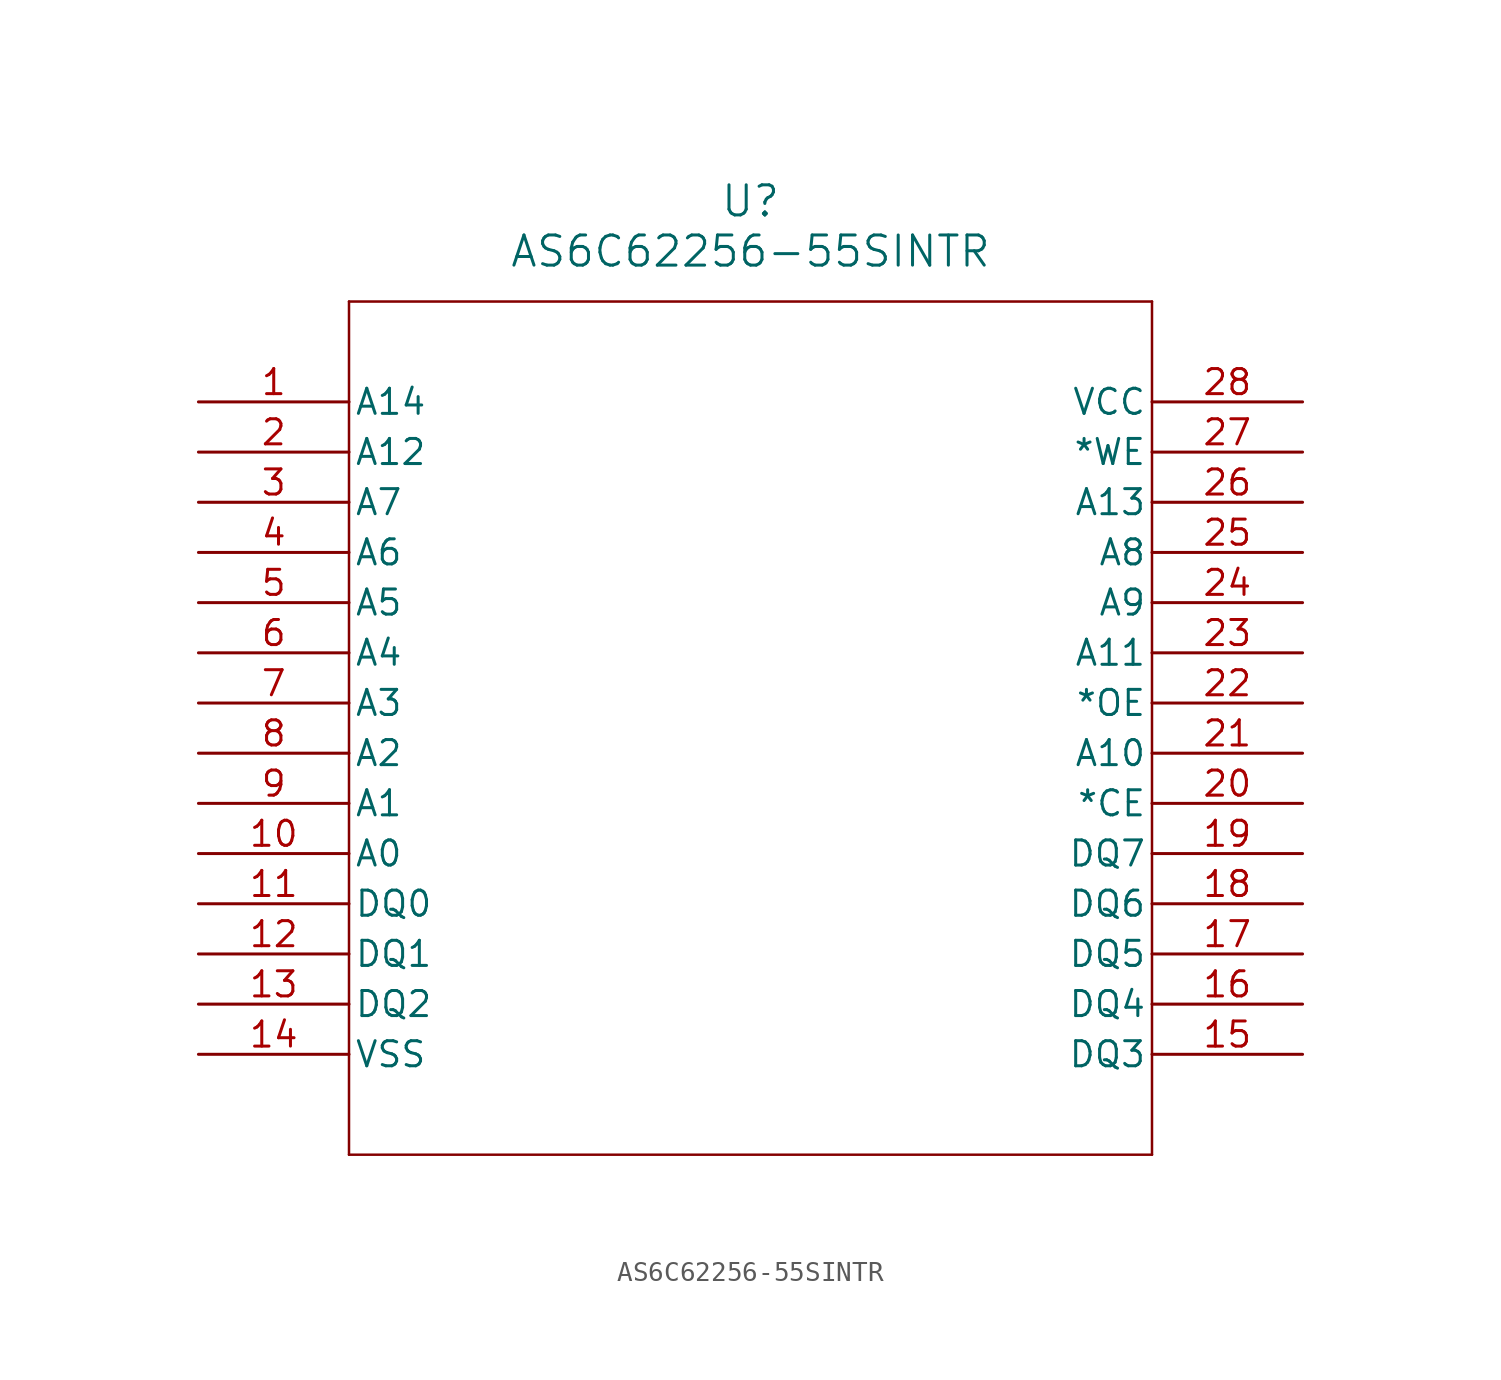
<source format=kicad_sym>
(kicad_symbol_lib
  (version 20211014)
  (generator kicad_symbol_editor)
  (symbol "AS6C62256-55SINTR"
    (pin_names
      (offset 0.254))
    (property "Reference" "U"
      (at 27.94 10.16 0)
      (effects (font (size 1.524 1.524))))
    (property "Value" "AS6C62256-55SINTR"
      (at 27.94 7.62 0)
      (effects (font (size 1.524 1.524))))
    (symbol "AS6C62256-55SINTR_0_1"
      (polyline (pts (xy 7.62 5.08) (xy 7.62 -38.1)) (stroke (width 0.127) (type default) (color 0 0 0 0)) (fill (type none)))
      (polyline (pts (xy 7.62 -38.1) (xy 48.26 -38.1)) (stroke (width 0.127) (type default) (color 0 0 0 0)) (fill (type none)))
      (polyline (pts (xy 48.26 -38.1) (xy 48.26 5.08)) (stroke (width 0.127) (type default) (color 0 0 0 0)) (fill (type none)))
      (polyline (pts (xy 48.26 5.08) (xy 7.62 5.08)) (stroke (width 0.127) (type default) (color 0 0 0 0)) (fill (type none)))
      (pin input line (at 0 0 0) (length 7.62) (name "A14" (effects (font (size 1.27 1.27)))) (number "1" (effects (font (size 1.27 1.27)))))
      (pin input line (at 0 -2.54 0) (length 7.62) (name "A12" (effects (font (size 1.27 1.27)))) (number "2" (effects (font (size 1.27 1.27)))))
      (pin input line (at 0 -5.08 0) (length 7.62) (name "A7" (effects (font (size 1.27 1.27)))) (number "3" (effects (font (size 1.27 1.27)))))
      (pin input line (at 0 -7.62 0) (length 7.62) (name "A6" (effects (font (size 1.27 1.27)))) (number "4" (effects (font (size 1.27 1.27)))))
      (pin input line (at 0 -10.16 0) (length 7.62) (name "A5" (effects (font (size 1.27 1.27)))) (number "5" (effects (font (size 1.27 1.27)))))
      (pin input line (at 0 -12.7 0) (length 7.62) (name "A4" (effects (font (size 1.27 1.27)))) (number "6" (effects (font (size 1.27 1.27)))))
      (pin input line (at 0 -15.24 0) (length 7.62) (name "A3" (effects (font (size 1.27 1.27)))) (number "7" (effects (font (size 1.27 1.27)))))
      (pin input line (at 0 -17.78 0) (length 7.62) (name "A2" (effects (font (size 1.27 1.27)))) (number "8" (effects (font (size 1.27 1.27)))))
      (pin input line (at 0 -20.32 0) (length 7.62) (name "A1" (effects (font (size 1.27 1.27)))) (number "9" (effects (font (size 1.27 1.27)))))
      (pin input line (at 0 -22.86 0) (length 7.62) (name "A0" (effects (font (size 1.27 1.27)))) (number "10" (effects (font (size 1.27 1.27)))))
      (pin bidirectional line (at 0 -25.4 0) (length 7.62) (name "DQ0" (effects (font (size 1.27 1.27)))) (number "11" (effects (font (size 1.27 1.27)))))
      (pin bidirectional line (at 0 -27.94 0) (length 7.62) (name "DQ1" (effects (font (size 1.27 1.27)))) (number "12" (effects (font (size 1.27 1.27)))))
      (pin bidirectional line (at 0 -30.48 0) (length 7.62) (name "DQ2" (effects (font (size 1.27 1.27)))) (number "13" (effects (font (size 1.27 1.27)))))
      (pin power_in line (at 0 -33.02 0) (length 7.62) (name "VSS" (effects (font (size 1.27 1.27)))) (number "14" (effects (font (size 1.27 1.27)))))
      (pin bidirectional line (at 55.88 -33.02 180) (length 7.62) (name "DQ3" (effects (font (size 1.27 1.27)))) (number "15" (effects (font (size 1.27 1.27)))))
      (pin bidirectional line (at 55.88 -30.48 180) (length 7.62) (name "DQ4" (effects (font (size 1.27 1.27)))) (number "16" (effects (font (size 1.27 1.27)))))
      (pin bidirectional line (at 55.88 -27.94 180) (length 7.62) (name "DQ5" (effects (font (size 1.27 1.27)))) (number "17" (effects (font (size 1.27 1.27)))))
      (pin bidirectional line (at 55.88 -25.4 180) (length 7.62) (name "DQ6" (effects (font (size 1.27 1.27)))) (number "18" (effects (font (size 1.27 1.27)))))
      (pin bidirectional line (at 55.88 -22.86 180) (length 7.62) (name "DQ7" (effects (font (size 1.27 1.27)))) (number "19" (effects (font (size 1.27 1.27)))))
      (pin input line (at 55.88 -20.32 180) (length 7.62) (name "*CE" (effects (font (size 1.27 1.27)))) (number "20" (effects (font (size 1.27 1.27)))))
      (pin input line (at 55.88 -17.78 180) (length 7.62) (name "A10" (effects (font (size 1.27 1.27)))) (number "21" (effects (font (size 1.27 1.27)))))
      (pin bidirectional line (at 55.88 -15.24 180) (length 7.62) (name "*OE" (effects (font (size 1.27 1.27)))) (number "22" (effects (font (size 1.27 1.27)))))
      (pin input line (at 55.88 -12.7 180) (length 7.62) (name "A11" (effects (font (size 1.27 1.27)))) (number "23" (effects (font (size 1.27 1.27)))))
      (pin input line (at 55.88 -10.16 180) (length 7.62) (name "A9" (effects (font (size 1.27 1.27)))) (number "24" (effects (font (size 1.27 1.27)))))
      (pin input line (at 55.88 -7.62 180) (length 7.62) (name "A8" (effects (font (size 1.27 1.27)))) (number "25" (effects (font (size 1.27 1.27)))))
      (pin input line (at 55.88 -5.08 180) (length 7.62) (name "A13" (effects (font (size 1.27 1.27)))) (number "26" (effects (font (size 1.27 1.27)))))
      (pin input line (at 55.88 -2.54 180) (length 7.62) (name "*WE" (effects (font (size 1.27 1.27)))) (number "27" (effects (font (size 1.27 1.27)))))
      (pin power_in line (at 55.88 0 180) (length 7.62) (name "VCC" (effects (font (size 1.27 1.27)))) (number "28" (effects (font (size 1.27 1.27))))))))
</source>
